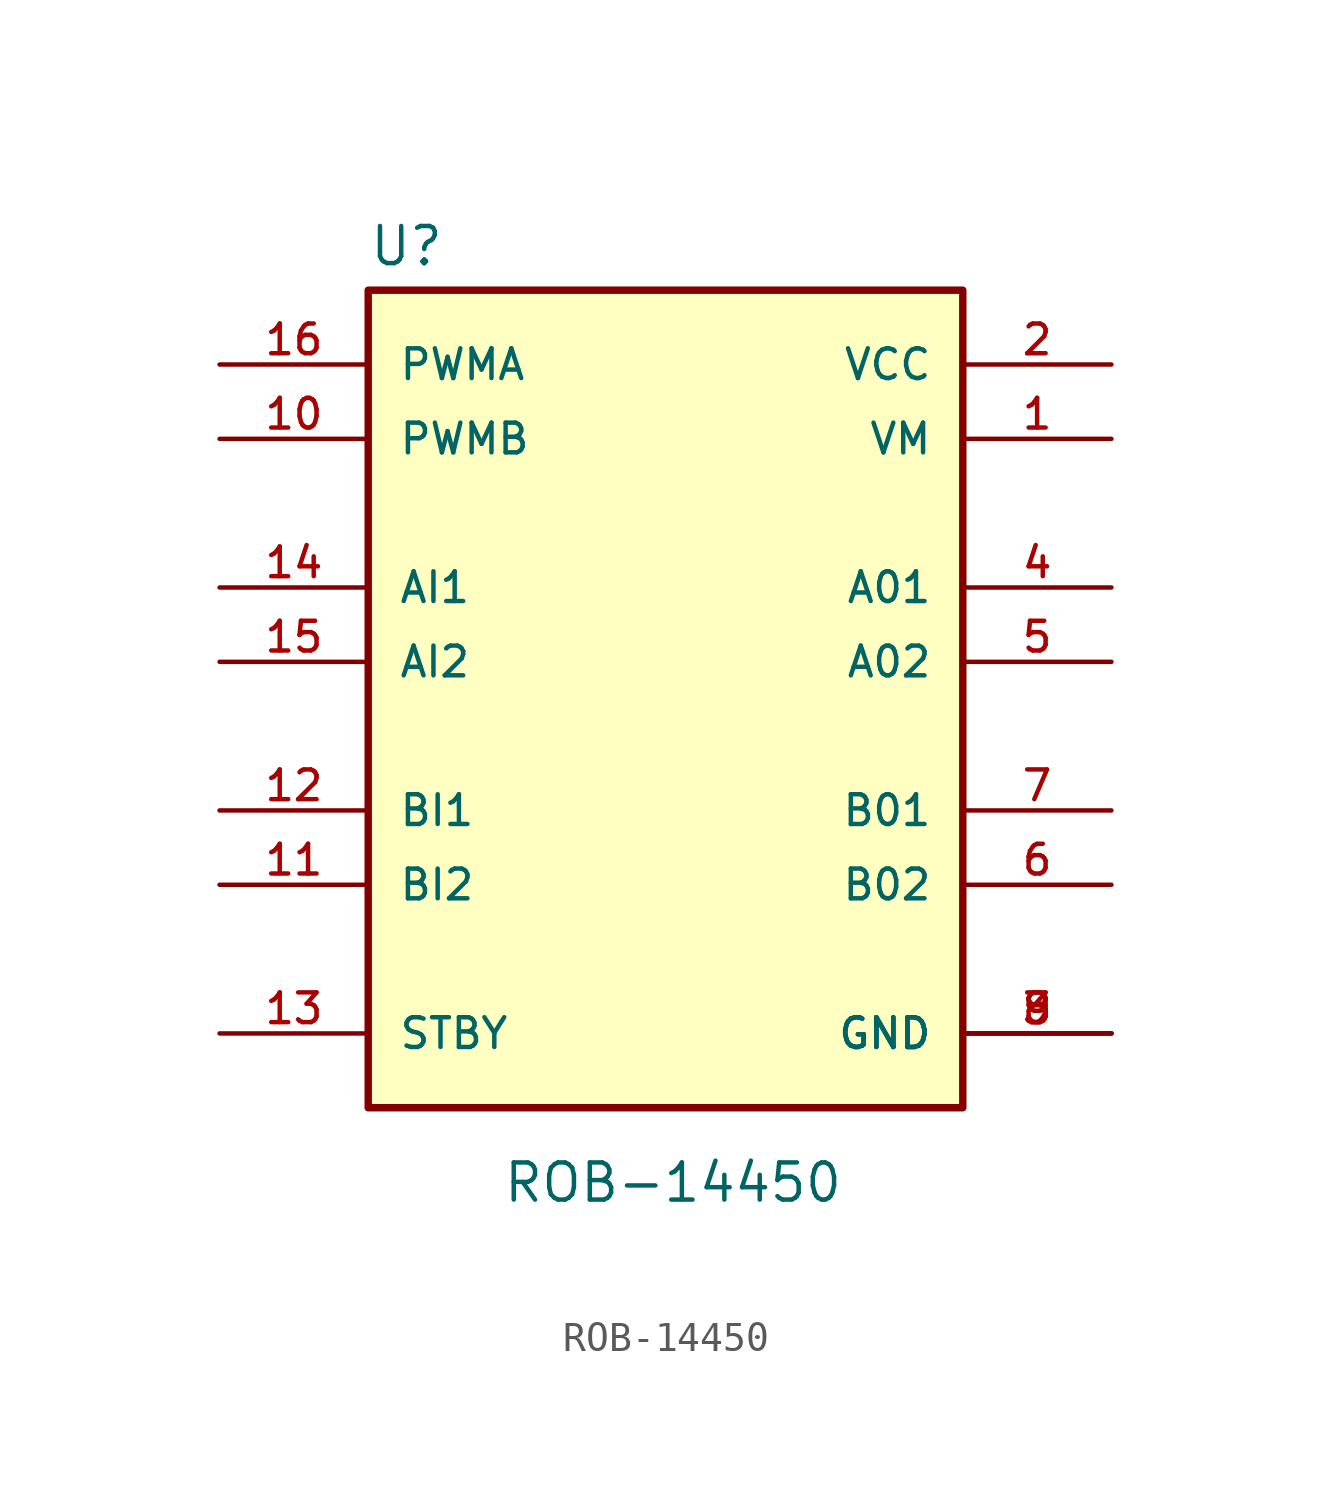
<source format=kicad_sym>
(kicad_symbol_lib
  (version 20231120)
  (generator "kicad_symbol_editor")
  (generator_version "8.0")
  (symbol "ROB-14450"
    (pin_names
      (offset 1.016))
    (property "Reference" "U"
      (at -10.16 16.002 0)
      (effects (font (size 1.27 1.27)) (justify left bottom)))
    (property "Value" "ROB-14450"
      (at -5.588 -16.002 0)
      (effects (font (size 1.27 1.27)) (justify left bottom)))
    (symbol "ROB-14450_0_0"
      (rectangle (start -10.16 -12.7) (end 10.16 15.24) (stroke (width 0.254) (type default)) (fill (type background)))
      (pin power_in line (at 15.24 10.16 180) (length 5.08) (name "VM" (effects (font (size 1.016 1.016)))) (number "1" (effects (font (size 1.016 1.016)))))
      (pin input line (at -15.24 10.16 0) (length 5.08) (name "PWMB" (effects (font (size 1.016 1.016)))) (number "10" (effects (font (size 1.016 1.016)))))
      (pin input line (at -15.24 -5.08 0) (length 5.08) (name "BI2" (effects (font (size 1.016 1.016)))) (number "11" (effects (font (size 1.016 1.016)))))
      (pin input line (at -15.24 -2.54 0) (length 5.08) (name "BI1" (effects (font (size 1.016 1.016)))) (number "12" (effects (font (size 1.016 1.016)))))
      (pin input line (at -15.24 -10.16 0) (length 5.08) (name "STBY" (effects (font (size 1.016 1.016)))) (number "13" (effects (font (size 1.016 1.016)))))
      (pin input line (at -15.24 5.08 0) (length 5.08) (name "AI1" (effects (font (size 1.016 1.016)))) (number "14" (effects (font (size 1.016 1.016)))))
      (pin input line (at -15.24 2.54 0) (length 5.08) (name "AI2" (effects (font (size 1.016 1.016)))) (number "15" (effects (font (size 1.016 1.016)))))
      (pin input line (at -15.24 12.7 0) (length 5.08) (name "PWMA" (effects (font (size 1.016 1.016)))) (number "16" (effects (font (size 1.016 1.016)))))
      (pin power_in line (at 15.24 12.7 180) (length 5.08) (name "VCC" (effects (font (size 1.016 1.016)))) (number "2" (effects (font (size 1.016 1.016)))))
      (pin power_in line (at 15.24 -10.16 180) (length 5.08) (name "GND" (effects (font (size 1.016 1.016)))) (number "3" (effects (font (size 1.016 1.016)))))
      (pin output line (at 15.24 5.08 180) (length 5.08) (name "A01" (effects (font (size 1.016 1.016)))) (number "4" (effects (font (size 1.016 1.016)))))
      (pin output line (at 15.24 2.54 180) (length 5.08) (name "A02" (effects (font (size 1.016 1.016)))) (number "5" (effects (font (size 1.016 1.016)))))
      (pin output line (at 15.24 -5.08 180) (length 5.08) (name "B02" (effects (font (size 1.016 1.016)))) (number "6" (effects (font (size 1.016 1.016)))))
      (pin output line (at 15.24 -2.54 180) (length 5.08) (name "B01" (effects (font (size 1.016 1.016)))) (number "7" (effects (font (size 1.016 1.016)))))
      (pin power_in line (at 15.24 -10.16 180) (length 5.08) (name "GND" (effects (font (size 1.016 1.016)))) (number "8" (effects (font (size 1.016 1.016)))))
      (pin power_in line (at 15.24 -10.16 180) (length 5.08) (name "GND" (effects (font (size 1.016 1.016)))) (number "9" (effects (font (size 1.016 1.016))))))))
</source>
